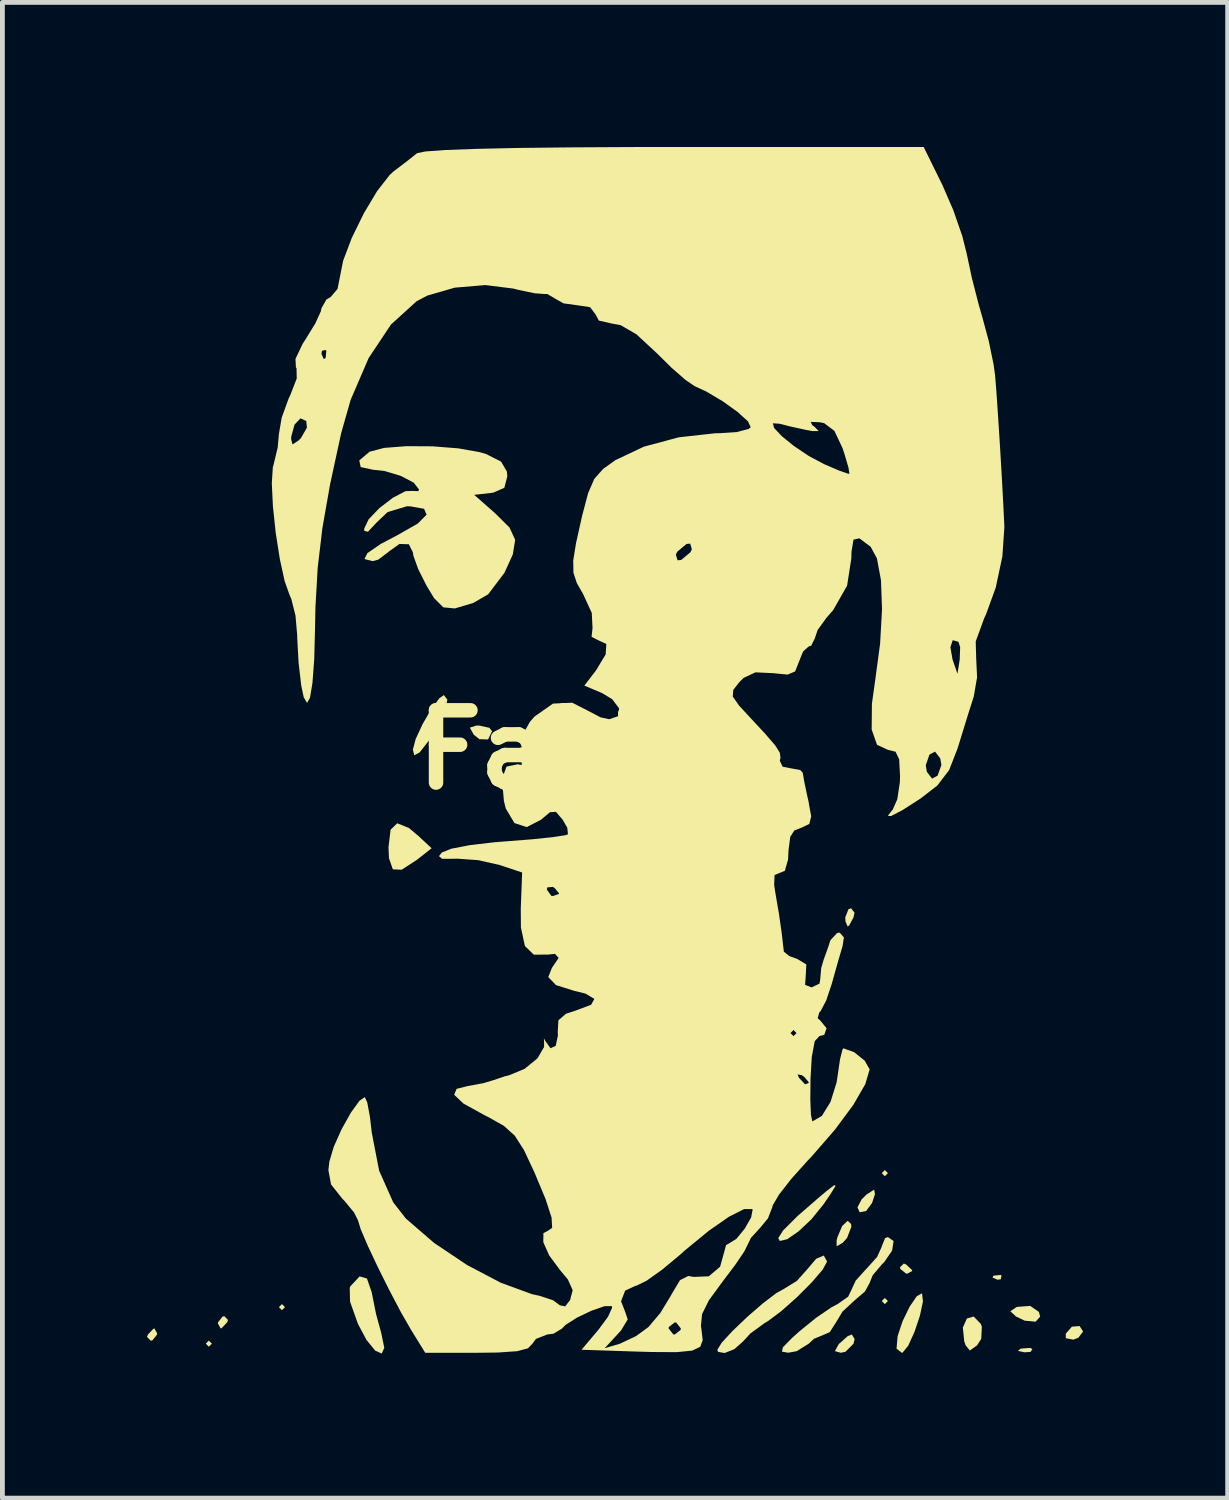
<source format=kicad_pcb>
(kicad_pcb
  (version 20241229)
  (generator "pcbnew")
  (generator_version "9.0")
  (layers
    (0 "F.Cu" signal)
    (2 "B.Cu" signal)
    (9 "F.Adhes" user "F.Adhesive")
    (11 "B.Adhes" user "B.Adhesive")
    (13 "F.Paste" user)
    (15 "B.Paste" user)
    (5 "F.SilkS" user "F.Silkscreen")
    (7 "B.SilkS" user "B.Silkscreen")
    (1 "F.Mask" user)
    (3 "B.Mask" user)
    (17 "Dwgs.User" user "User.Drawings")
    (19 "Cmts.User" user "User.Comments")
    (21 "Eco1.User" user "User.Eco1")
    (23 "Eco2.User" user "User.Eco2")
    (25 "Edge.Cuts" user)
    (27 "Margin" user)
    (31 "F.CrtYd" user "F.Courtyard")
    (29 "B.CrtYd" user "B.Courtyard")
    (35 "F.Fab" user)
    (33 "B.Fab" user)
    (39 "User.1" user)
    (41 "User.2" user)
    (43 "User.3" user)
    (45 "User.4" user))
  (footprint "Fabio"
    (layer "F.Cu")
    (at 8.676 12.51)
    (property "Reference" "Fabio" (at 0 0 0) (layer "F.SilkS") (effects (font (size 1.5 1.5) (thickness 0.3))))
    (attr board_only exclude_from_pos_files exclude_from_bom)
    (fp_poly (pts (xy -7.329 12.321) (xy -7.393 12.384) (xy -7.456 12.321) (xy -7.393 12.258)) (stroke (width 0) (type solid)) (fill yes) (layer "F.SilkS"))
    (fp_poly (pts (xy -5.813 11.563) (xy -5.876 11.626) (xy -5.939 11.563) (xy -5.876 11.5)) (stroke (width 0) (type solid)) (fill yes) (layer "F.SilkS"))
    (fp_poly (pts (xy 6.698 8.783) (xy 6.634 8.846) (xy 6.571 8.783) (xy 6.634 8.719)) (stroke (width 0) (type solid)) (fill yes) (layer "F.SilkS"))
    (fp_poly (pts (xy 6.698 11.436) (xy 6.634 11.5) (xy 6.571 11.436) (xy 6.634 11.373)) (stroke (width 0) (type solid)) (fill yes) (layer "F.SilkS"))
    (fp_poly (pts (xy 9.056 10.91) (xy 9.039 10.985) (xy 8.972 10.994) (xy 8.868 10.948) (xy 8.888 10.91) (xy 9.038 10.895)) (stroke (width 0) (type solid)) (fill yes) (layer "F.SilkS"))
    (fp_poly (pts (xy 9.696 12.434) (xy 9.658 12.492) (xy 9.53 12.5) (xy 9.395 12.47) (xy 9.454 12.424) (xy 9.651 12.409)) (stroke (width 0) (type solid)) (fill yes) (layer "F.SilkS"))
    (fp_poly (pts (xy 10.748 12.068) (xy 10.65 12.198) (xy 10.544 12.238) (xy 10.389 12.207) (xy 10.39 12.112) (xy 10.516 11.968) (xy 10.676 11.956)) (stroke (width 0) (type solid)) (fill yes) (layer "F.SilkS"))
    (fp_poly (pts (xy -8.468 12.103) (xy -8.467 12.131) (xy -8.564 12.253) (xy -8.6 12.258) (xy -8.676 12.18) (xy -8.656 12.131) (xy -8.543 12.011) (xy -8.522 12.005)) (stroke (width 0) (type solid)) (fill yes) (layer "F.SilkS"))
    (fp_poly (pts (xy -6.994 11.83) (xy -7.013 11.879) (xy -7.127 11.999) (xy -7.147 12.005) (xy -7.202 11.907) (xy -7.203 11.879) (xy -7.106 11.757) (xy -7.069 11.752)) (stroke (width 0) (type solid)) (fill yes) (layer "F.SilkS"))
    (fp_poly (pts (xy -1.571 -0.458) (xy -1.516 -0.387) (xy -1.599 -0.216) (xy -1.78 -0.222) (xy -1.897 -0.317) (xy -1.977 -0.462) (xy -1.844 -0.504) (xy -1.785 -0.505)) (stroke (width 0) (type solid)) (fill yes) (layer "F.SilkS"))
    (fp_poly (pts (xy 6.005 3.378) (xy 5.985 3.475) (xy 5.895 3.641) (xy 5.863 3.665) (xy 5.818 3.561) (xy 5.813 3.475) (xy 5.879 3.307) (xy 5.935 3.286)) (stroke (width 0) (type solid)) (fill yes) (layer "F.SilkS"))
    (fp_poly (pts (xy 6.43 9.218) (xy 6.368 9.404) (xy 6.245 9.569) (xy 6.113 9.595) (xy 6.066 9.493) (xy 6.152 9.328) (xy 6.255 9.225) (xy 6.412 9.125)) (stroke (width 0) (type solid)) (fill yes) (layer "F.SilkS"))
    (fp_poly (pts (xy 7.077 10.678) (xy 7.197 10.792) (xy 7.203 10.812) (xy 7.105 10.866) (xy 7.077 10.868) (xy 6.955 10.771) (xy 6.95 10.734) (xy 7.028 10.658)) (stroke (width 0) (type solid)) (fill yes) (layer "F.SilkS"))
    (fp_poly (pts (xy 5.934 9.837) (xy 5.939 9.897) (xy 5.85 10.128) (xy 5.76 10.228) (xy 5.634 10.301) (xy 5.634 10.175) (xy 5.649 10.115) (xy 5.749 9.879) (xy 5.863 9.772)) (stroke (width 0) (type solid)) (fill yes) (layer "F.SilkS"))
    (fp_poly (pts (xy 6.007 12.225) (xy 5.985 12.321) (xy 5.817 12.489) (xy 5.721 12.51) (xy 5.598 12.476) (xy 5.675 12.335) (xy 5.687 12.321) (xy 5.867 12.162) (xy 5.951 12.131)) (stroke (width 0) (type solid)) (fill yes) (layer "F.SilkS"))
    (fp_poly (pts (xy 9.831 11.662) (xy 9.857 11.76) (xy 9.762 11.865) (xy 9.537 11.844) (xy 9.355 11.757) (xy 9.239 11.649) (xy 9.359 11.567) (xy 9.38 11.558) (xy 9.65 11.537)) (stroke (width 0) (type solid)) (fill yes) (layer "F.SilkS"))
    (fp_poly (pts (xy -3.244 1.619) (xy -3.052 1.779) (xy -2.77 2.041) (xy -3.079 2.284) (xy -3.392 2.487) (xy -3.575 2.478) (xy -3.655 2.248) (xy -3.665 2.022) (xy -3.621 1.656) (xy -3.484 1.523)) (stroke (width 0) (type solid)) (fill yes) (layer "F.SilkS"))
    (fp_poly (pts (xy 8.623 11.908) (xy 8.647 11.964) (xy 8.635 12.22) (xy 8.547 12.357) (xy 8.398 12.463) (xy 8.309 12.352) (xy 8.282 12.273) (xy 8.253 11.986) (xy 8.337 11.799) (xy 8.478 11.758)) (stroke (width 0) (type solid)) (fill yes) (layer "F.SilkS"))
    (fp_poly (pts (xy -2.443 -1.043) (xy -2.494 -0.8) (xy -2.65 -0.467) (xy -2.805 -0.221) (xy -3.018 0.052) (xy -3.13 0.113) (xy -3.159 -0.005) (xy -3.101 -0.225) (xy -2.958 -0.533) (xy -2.779 -0.843) (xy -2.61 -1.071) (xy -2.516 -1.137)) (stroke (width 0) (type solid)) (fill yes) (layer "F.SilkS"))
    (fp_poly (pts (xy 5.613 9.044) (xy 5.505 9.22) (xy 5.357 9.436) (xy 5.112 9.738) (xy 4.845 9.99) (xy 4.608 10.154) (xy 4.454 10.19) (xy 4.423 10.13) (xy 4.524 9.971) (xy 4.816 9.679) (xy 5.285 9.271) (xy 5.42 9.158) (xy 5.583 9.032)) (stroke (width 0) (type solid)) (fill yes) (layer "F.SilkS"))
    (fp_poly (pts (xy 7.407 11.282) (xy 7.425 11.446) (xy 7.362 11.741) (xy 7.25 12.076) (xy 7.12 12.362) (xy 7.003 12.506) (xy 6.985 12.51) (xy 6.877 12.424) (xy 6.9 12.163) (xy 7.003 11.853) (xy 7.149 11.553) (xy 7.296 11.337) (xy 7.401 11.278)) (stroke (width 0) (type solid)) (fill yes) (layer "F.SilkS"))
    (fp_poly (pts (xy -4.112 10.969) (xy -4.013 11.253) (xy -4.01 11.273) (xy -3.922 11.71) (xy -3.815 12.1) (xy -3.752 12.408) (xy -3.805 12.526) (xy -3.939 12.467) (xy -4.121 12.244) (xy -4.299 11.91) (xy -4.463 11.447) (xy -4.469 11.158) (xy -4.454 11.128) (xy -4.264 10.925)) (stroke (width 0) (type solid)) (fill yes) (layer "F.SilkS"))
    (fp_poly (pts (xy 5.434 10.613) (xy 5.434 10.62) (xy 5.345 10.784) (xy 5.119 11.048) (xy 4.814 11.354) (xy 4.49 11.642) (xy 4.207 11.854) (xy 4.137 11.895) (xy 3.844 12.109) (xy 3.689 12.278) (xy 3.511 12.435) (xy 3.306 12.516) (xy 3.172 12.49) (xy 3.159 12.448) (xy 3.249 12.301) (xy 3.476 12.055) (xy 3.781 11.764) (xy 4.103 11.485) (xy 4.38 11.273) (xy 4.53 11.19) (xy 4.808 11.019) (xy 5.009 10.795) (xy 5.21 10.559) (xy 5.367 10.492)) (stroke (width 0) (type solid)) (fill yes) (layer "F.SilkS"))
    (fp_poly (pts (xy 6.816 10.192) (xy 6.785 10.39) (xy 6.621 10.629) (xy 6.571 10.678) (xy 6.381 10.903) (xy 6.318 11.062) (xy 6.222 11.238) (xy 6.012 11.418) (xy 5.756 11.655) (xy 5.624 11.875) (xy 5.491 12.082) (xy 5.378 12.131) (xy 5.164 12.22) (xy 5.055 12.321) (xy 4.805 12.477) (xy 4.629 12.509) (xy 4.499 12.486) (xy 4.52 12.395) (xy 4.71 12.201) (xy 4.865 12.062) (xy 5.211 11.782) (xy 5.529 11.565) (xy 5.655 11.499) (xy 5.874 11.345) (xy 5.939 11.209) (xy 6.028 11.015) (xy 6.242 10.777) (xy 6.255 10.765) (xy 6.474 10.521) (xy 6.571 10.307) (xy 6.571 10.3) (xy 6.639 10.131) (xy 6.698 10.109)) (stroke (width 0) (type solid)) (fill yes) (layer "F.SilkS"))
    (fp_poly (pts (xy -2.754 -6.299) (xy -2.218 -6.257) (xy -1.771 -6.178) (xy -1.643 -6.14) (xy -1.329 -5.982) (xy -1.208 -5.776) (xy -1.2 -5.675) (xy -1.261 -5.438) (xy -1.487 -5.339) (xy -1.543 -5.331) (xy -1.886 -5.292) (xy -1.449 -4.907) (xy -1.153 -4.613) (xy -1.036 -4.358) (xy -1.085 -4.056) (xy -1.259 -3.674) (xy -1.597 -3.228) (xy -1.91 -3.047) (xy -2.289 -2.935) (xy -2.528 -2.958) (xy -2.718 -3.148) (xy -2.875 -3.406) (xy -3.049 -3.752) (xy -3.149 -4.032) (xy -3.159 -4.1) (xy -3.243 -4.267) (xy -3.437 -4.273) (xy -3.657 -4.116) (xy -3.665 -4.107) (xy -3.88 -3.946) (xy -3.996 -3.917) (xy -4.163 -3.96) (xy -4.103 -4.082) (xy -3.826 -4.273) (xy -3.469 -4.461) (xy -3.056 -4.697) (xy -2.875 -4.88) (xy -2.926 -5.002) (xy -3.213 -5.054) (xy -3.284 -5.055) (xy -3.684 -4.934) (xy -3.908 -4.722) (xy -4.091 -4.526) (xy -4.167 -4.545) (xy -4.17 -4.589) (xy -4.078 -4.783) (xy -3.853 -5.018) (xy -3.572 -5.233) (xy -3.313 -5.368) (xy -3.165 -5.374) (xy -3.044 -5.368) (xy -3.033 -5.406) (xy -3.143 -5.546) (xy -3.411 -5.686) (xy -3.748 -5.787) (xy -3.987 -5.813) (xy -4.242 -5.868) (xy -4.271 -6.006) (xy -4.065 -6.181) (xy -4.052 -6.188) (xy -3.756 -6.266) (xy -3.295 -6.302)) (stroke (width 0) (type solid)) (fill yes) (layer "F.SilkS"))
    (fp_poly (pts (xy 7.83 -11.718) (xy 8.054 -11.201) (xy 8.241 -10.663) (xy 8.333 -10.297) (xy 8.44 -9.792) (xy 8.586 -9.225) (xy 8.659 -8.972) (xy 8.792 -8.478) (xy 8.892 -7.99) (xy 8.922 -7.772) (xy 8.949 -7.433) (xy 8.984 -6.92) (xy 9.023 -6.311) (xy 9.06 -5.684) (xy 9.091 -5.118) (xy 9.112 -4.691) (xy 9.114 -4.612) (xy 9.073 -4.014) (xy 8.935 -3.366) (xy 8.732 -2.808) (xy 8.701 -2.746) (xy 8.52 -2.25) (xy 8.53 -1.896) (xy 8.548 -1.505) (xy 8.48 -1.109) (xy 8.363 -0.741) (xy 8.218 -0.271) (xy 8.145 -0.034) (xy 7.968 0.42) (xy 7.724 0.739) (xy 7.377 1.008) (xy 6.998 1.251) (xy 6.763 1.373) (xy 6.695 1.367) (xy 6.799 1.238) (xy 6.893 1.024) (xy 6.946 0.672) (xy 6.95 0.543) (xy 6.938 0.319) (xy 7.483 0.319) (xy 7.506 0.455) (xy 7.614 0.596) (xy 7.729 0.535) (xy 7.808 0.313) (xy 7.784 0.177) (xy 7.676 0.036) (xy 7.561 0.097) (xy 7.483 0.319) (xy 6.938 0.319) (xy 6.932 0.197) (xy 6.857 0.038) (xy 6.7 0) (xy 6.472 -0.105) (xy 6.361 -0.423) (xy 6.366 -0.959) (xy 6.432 -1.43) (xy 6.526 -2.13) (xy 7.995 -2.13) (xy 8.039 -1.875) (xy 8.04 -1.873) (xy 8.141 -1.58) (xy 8.188 -1.875) (xy 8.197 -2.133) (xy 8.161 -2.243) (xy 8.043 -2.276) (xy 7.995 -2.13) (xy 6.526 -2.13) (xy 6.536 -2.203) (xy 6.576 -2.916) (xy 6.554 -3.522) (xy 6.47 -3.974) (xy 6.34 -4.214) (xy 6.106 -4.39) (xy 5.984 -4.363) (xy 5.942 -4.111) (xy 5.939 -3.972) (xy 5.851 -3.407) (xy 5.563 -2.902) (xy 5.417 -2.733) (xy 5.24 -2.487) (xy 5.181 -2.314) (xy 5.106 -2.162) (xy 5.057 -2.148) (xy 4.937 -2.041) (xy 4.854 -1.833) (xy 4.773 -1.628) (xy 4.617 -1.562) (xy 4.313 -1.592) (xy 3.95 -1.609) (xy 3.705 -1.494) (xy 3.618 -1.409) (xy 3.489 -1.245) (xy 3.479 -1.107) (xy 3.609 -0.92) (xy 3.81 -0.702) (xy 4.157 -0.328) (xy 4.362 -0.09) (xy 4.455 0.059) (xy 4.469 0.165) (xy 4.454 0.224) (xy 4.513 0.349) (xy 4.665 0.379) (xy 4.878 0.418) (xy 4.931 0.474) (xy 4.96 0.648) (xy 5.026 0.963) (xy 5.048 1.057) (xy 5.106 1.378) (xy 5.068 1.536) (xy 4.918 1.609) (xy 4.755 1.673) (xy 4.672 1.804) (xy 4.636 2.077) (xy 4.626 2.275) (xy 4.559 2.51) (xy 4.446 2.556) (xy 4.346 2.596) (xy 4.338 2.805) (xy 4.368 2.998) (xy 4.438 3.407) (xy 4.489 3.764) (xy 4.493 3.791) (xy 4.524 4.062) (xy 4.539 4.187) (xy 4.653 4.279) (xy 4.813 4.336) (xy 5.005 4.451) (xy 4.994 4.667) (xy 4.98 4.876) (xy 5.115 4.928) (xy 5.278 4.85) (xy 5.293 4.77) (xy 5.314 4.528) (xy 5.363 4.36) (xy 5.464 4.077) (xy 5.505 3.949) (xy 5.642 3.802) (xy 5.697 3.791) (xy 5.785 3.89) (xy 5.756 4.075) (xy 5.665 4.384) (xy 5.553 4.783) (xy 5.53 4.865) (xy 5.417 5.201) (xy 5.302 5.42) (xy 5.273 5.45) (xy 5.241 5.568) (xy 5.294 5.615) (xy 5.425 5.775) (xy 5.378 5.912) (xy 5.276 5.939) (xy 5.179 6.045) (xy 5.118 6.373) (xy 5.092 6.824) (xy 5.088 7.26) (xy 5.101 7.576) (xy 5.13 7.708) (xy 5.133 7.708) (xy 5.328 7.595) (xy 5.508 7.302) (xy 5.633 6.902) (xy 5.656 6.753) (xy 5.705 6.417) (xy 5.756 6.217) (xy 5.774 6.192) (xy 5.996 6.272) (xy 6.216 6.448) (xy 6.318 6.628) (xy 6.318 6.632) (xy 6.229 6.936) (xy 5.98 7.366) (xy 5.601 7.878) (xy 5.12 8.432) (xy 5.027 8.53) (xy 4.691 8.904) (xy 4.437 9.23) (xy 4.307 9.452) (xy 4.299 9.49) (xy 4.209 9.721) (xy 4.044 9.92) (xy 3.855 10.127) (xy 3.791 10.259) (xy 3.718 10.408) (xy 3.527 10.69) (xy 3.275 11.023) (xy 2.984 11.42) (xy 2.842 11.707) (xy 2.818 11.953) (xy 2.83 12.035) (xy 2.855 12.247) (xy 2.804 12.386) (xy 2.637 12.465) (xy 2.316 12.497) (xy 1.801 12.494) (xy 1.456 12.484) (xy 0.341 12.447) (xy 0.368 12.415) (xy 0.821 12.415) (xy 1.137 12.322) (xy 1.473 12.163) (xy 1.69 12.005) (xy 2.148 12.005) (xy 2.244 12.128) (xy 2.275 12.131) (xy 2.397 12.035) (xy 2.401 12.005) (xy 2.305 11.882) (xy 2.275 11.879) (xy 2.152 11.975) (xy 2.148 12.005) (xy 1.69 12.005) (xy 1.73 11.975) (xy 1.977 11.682) (xy 2.2 11.315) (xy 2.213 11.289) (xy 2.384 11.003) (xy 2.555 10.916) (xy 2.668 10.936) (xy 2.982 10.923) (xy 3.216 10.724) (xy 3.286 10.473) (xy 3.34 10.276) (xy 3.409 10.236) (xy 3.555 10.145) (xy 3.727 9.935) (xy 3.86 9.701) (xy 3.891 9.54) (xy 3.883 9.528) (xy 3.714 9.528) (xy 3.402 9.686) (xy 2.981 9.979) (xy 2.486 10.385) (xy 2.381 10.479) (xy 2.01 10.788) (xy 1.689 11.016) (xy 1.478 11.119) (xy 1.461 11.12) (xy 1.246 11.22) (xy 1.161 11.441) (xy 1.246 11.659) (xy 1.299 11.818) (xy 1.161 12.046) (xy 1.105 12.108) (xy 0.821 12.415) (xy 0.368 12.415) (xy 0.692 12.031) (xy 0.89 11.763) (xy 0.975 11.576) (xy 0.968 11.541) (xy 0.818 11.543) (xy 0.547 11.637) (xy 0.246 11.781) (xy 0.007 11.933) (xy -0.065 12.008) (xy -0.242 12.114) (xy -0.373 12.131) (xy -0.605 12.222) (xy -0.678 12.321) (xy -0.772 12.418) (xy -0.996 12.477) (xy -1.393 12.505) (xy -1.827 12.51) (xy -2.903 12.51) (xy -3.195 12.037) (xy -3.406 11.67) (xy -3.645 11.216) (xy -3.884 10.737) (xy -4.092 10.295) (xy -4.24 9.95) (xy -4.297 9.765) (xy -4.297 9.764) (xy -4.379 9.599) (xy -4.581 9.355) (xy -4.629 9.306) (xy -4.857 9.017) (xy -4.912 8.721) (xy -4.892 8.544) (xy -4.801 8.236) (xy -4.638 7.872) (xy -4.446 7.528) (xy -4.267 7.281) (xy -4.156 7.205) (xy -4.105 7.318) (xy -4.05 7.614) (xy -4.012 7.941) (xy -3.859 8.731) (xy -3.567 9.388) (xy -3.304 9.725) (xy -2.72 10.229) (xy -2.036 10.688) (xy -1.332 11.058) (xy -0.689 11.293) (xy -0.53 11.328) (xy -0.25 11.42) (xy -0.111 11.524) (xy 0.001 11.548) (xy 0.104 11.414) (xy 0.157 11.21) (xy 0.057 10.989) (xy -0.103 10.797) (xy -0.33 10.491) (xy -0.453 10.214) (xy -0.45 10.027) (xy -0.365 9.983) (xy -0.269 9.918) (xy -0.281 9.705) (xy -0.406 9.32) (xy -0.637 8.766) (xy -0.854 8.303) (xy -1.045 8.005) (xy -1.271 7.801) (xy -1.596 7.618) (xy -1.671 7.581) (xy -2.109 7.339) (xy -2.302 7.156) (xy -2.251 7.033) (xy -2.022 6.976) (xy -1.698 6.916) (xy -1.516 6.862) (xy -1.242 6.771) (xy -1.162 6.752) (xy -1.119 6.734) (xy 4.822 6.734) (xy 4.853 6.804) (xy 4.98 6.94) (xy 5.053 6.912) (xy 5.055 6.895) (xy 4.965 6.788) (xy 4.909 6.749) (xy 4.822 6.734) (xy -1.119 6.734) (xy -0.841 6.619) (xy -0.573 6.4) (xy -0.437 6.166) (xy -0.435 6.101) (xy -0.44 5.985) (xy -0.415 6.034) (xy -0.303 6.191) (xy -0.195 6.141) (xy -0.149 5.925) (xy -0.152 5.876) (xy 4.676 5.876) (xy 4.739 5.939) (xy 4.802 5.876) (xy 4.739 5.813) (xy 4.676 5.876) (xy -0.152 5.876) (xy -0.153 5.855) (xy -0.139 5.611) (xy 0.018 5.475) (xy 0.221 5.409) (xy 0.54 5.288) (xy 0.607 5.167) (xy 0.423 5.057) (xy 0.194 5.001) (xy -0.189 4.881) (xy -0.349 4.715) (xy -0.272 4.518) (xy -0.267 4.513) (xy -0.134 4.317) (xy -0.211 4.232) (xy -0.348 4.247) (xy -0.649 4.25) (xy -0.834 4.07) (xy -0.917 3.687) (xy -0.92 3.298) (xy -0.905 2.899) (xy -0.379 2.899) (xy -0.287 3.028) (xy -0.253 3.033) (xy -0.13 2.99) (xy -0.126 2.977) (xy -0.215 2.869) (xy -0.253 2.843) (xy -0.369 2.853) (xy -0.379 2.899) (xy -0.905 2.899) (xy -0.892 2.544) (xy -1.362 2.388) (xy -1.804 2.288) (xy -2.245 2.257) (xy -2.274 2.259) (xy -2.553 2.26) (xy -2.617 2.205) (xy -2.56 2.131) (xy -2.367 2.052) (xy -1.981 1.977) (xy -1.461 1.916) (xy -1.205 1.896) (xy -0.681 1.855) (xy -0.258 1.811) (xy 0.004 1.771) (xy 0.059 1.752) (xy 0.045 1.615) (xy -0.053 1.446) (xy -0.191 1.285) (xy -0.315 1.294) (xy -0.501 1.45) (xy -0.797 1.602) (xy -1.051 1.519) (xy -1.231 1.217) (xy -1.27 1.061) (xy -1.31 0.6) (xy -1.215 0.347) (xy -0.98 0.298) (xy -0.931 0.309) (xy -0.702 0.324) (xy -0.633 0.183) (xy -0.632 0.154) (xy -0.71 -0.126) (xy -0.782 -0.226) (xy -0.845 -0.377) (xy -0.73 -0.584) (xy -0.633 -0.693) (xy -0.252 -0.96) (xy 0.147 -0.979) (xy 0.45 -0.825) (xy 0.733 -0.676) (xy 0.916 -0.636) (xy 1.106 -0.701) (xy 1.12 -0.862) (xy 0.977 -1.052) (xy 0.768 -1.178) (xy 0.399 -1.334) (xy 0.639 -1.646) (xy 0.841 -1.98) (xy 0.856 -2.198) (xy 0.687 -2.275) (xy 0.549 -2.346) (xy 0.569 -2.529) (xy 0.553 -2.842) (xy 0.375 -3.23) (xy 0.242 -3.464) (xy 0.173 -3.675) (xy 0.168 -3.929) (xy 0.188 -4.052) (xy 2.298 -4.052) (xy 2.333 -3.934) (xy 2.409 -3.941) (xy 2.6 -4.101) (xy 2.63 -4.162) (xy 2.596 -4.28) (xy 2.519 -4.273) (xy 2.328 -4.113) (xy 2.298 -4.052) (xy 0.188 -4.052) (xy 0.227 -4.292) (xy 0.347 -4.83) (xy 0.355 -4.865) (xy 0.477 -5.327) (xy 0.605 -5.622) (xy 0.789 -5.83) (xy 1.045 -6.013) (xy 1.633 -6.291) (xy 2.359 -6.486) (xy 3.114 -6.57) (xy 3.208 -6.571) (xy 3.566 -6.596) (xy 3.807 -6.659) (xy 3.851 -6.693) (xy 3.813 -6.777) (xy 4.311 -6.777) (xy 4.337 -6.679) (xy 4.496 -6.51) (xy 4.749 -6.305) (xy 5.057 -6.098) (xy 5.368 -5.932) (xy 5.678 -5.798) (xy 5.871 -5.731) (xy 5.899 -5.73) (xy 5.88 -5.856) (xy 5.798 -6.135) (xy 5.757 -6.26) (xy 5.588 -6.619) (xy 5.376 -6.779) (xy 5.288 -6.798) (xy 5.096 -6.806) (xy 5.128 -6.739) (xy 5.181 -6.699) (xy 5.26 -6.616) (xy 5.13 -6.615) (xy 4.992 -6.641) (xy 4.668 -6.712) (xy 4.454 -6.767) (xy 4.311 -6.777) (xy 3.813 -6.777) (xy 3.795 -6.816) (xy 3.579 -7.012) (xy 3.268 -7.235) (xy 2.927 -7.437) (xy 2.687 -7.548) (xy 2.5 -7.675) (xy 2.208 -7.93) (xy 1.899 -8.235) (xy 1.481 -8.622) (xy 1.151 -8.814) (xy 0.971 -8.846) (xy 0.7 -8.908) (xy 0.632 -9.035) (xy 0.519 -9.186) (xy 0.26 -9.225) (xy -0.032 -9.265) (xy -0.192 -9.355) (xy -0.371 -9.46) (xy -0.42 -9.459) (xy -0.629 -9.474) (xy -0.966 -9.544) (xy -1.074 -9.572) (xy -1.655 -9.645) (xy -2.29 -9.591) (xy -2.861 -9.426) (xy -3.082 -9.309) (xy -3.614 -8.825) (xy -4.077 -8.13) (xy -4.451 -7.261) (xy -4.647 -6.571) (xy -4.877 -5.509) (xy -5.036 -4.605) (xy -5.134 -3.78) (xy -5.181 -2.954) (xy -5.189 -2.527) (xy -5.206 -1.875) (xy -5.243 -1.387) (xy -5.294 -1.081) (xy -5.355 -0.975) (xy -5.423 -1.09) (xy -5.475 -1.332) (xy -5.53 -1.805) (xy -5.558 -2.311) (xy -5.559 -2.378) (xy -5.595 -2.789) (xy -5.682 -3.135) (xy -5.712 -3.199) (xy -5.819 -3.5) (xy -5.92 -3.961) (xy -6.005 -4.505) (xy -6.063 -5.054) (xy -6.086 -5.532) (xy -6.065 -5.862) (xy -6.05 -5.916) (xy -5.963 -6.278) (xy -5.948 -6.449) (xy -5.685 -6.449) (xy -5.657 -6.338) (xy -5.536 -6.416) (xy -5.482 -6.469) (xy -5.357 -6.687) (xy -5.371 -6.825) (xy -5.492 -6.879) (xy -5.614 -6.75) (xy -5.682 -6.503) (xy -5.685 -6.449) (xy -5.948 -6.449) (xy -5.939 -6.553) (xy -5.881 -6.893) (xy -5.738 -7.288) (xy -5.704 -7.358) (xy -5.569 -7.706) (xy -5.573 -7.92) (xy -5.586 -7.936) (xy -5.595 -8.113) (xy -5.547 -8.214) (xy -5.055 -8.214) (xy -5.008 -8.11) (xy -4.97 -8.13) (xy -4.955 -8.28) (xy -4.97 -8.298) (xy -5.046 -8.281) (xy -5.055 -8.214) (xy -5.547 -8.214) (xy -5.447 -8.424) (xy -5.379 -8.53) (xy -5.182 -8.852) (xy -5.067 -9.104) (xy -5.055 -9.166) (xy -4.953 -9.345) (xy -4.865 -9.397) (xy -4.722 -9.565) (xy -4.676 -9.798) (xy -4.606 -10.151) (xy -4.426 -10.624) (xy -4.177 -11.133) (xy -3.9 -11.596) (xy -3.638 -11.932) (xy -3.556 -12.006) (xy -3.275 -12.22) (xy -3.07 -12.383) (xy -2.901 -12.417) (xy -2.488 -12.447) (xy -1.843 -12.471) (xy -0.973 -12.49) (xy 0.112 -12.502) (xy 1.401 -12.509) (xy 2.261 -12.51) (xy 7.44 -12.51)) (stroke (width 0) (type solid)) (fill yes) (layer "F.SilkS")))
  (gr_rect
    (start -3 -3)
    (end 22.424 28.037)
    (stroke (width 0.1) (type default))
    (fill no)
    (layer "Edge.Cuts")))
</source>
